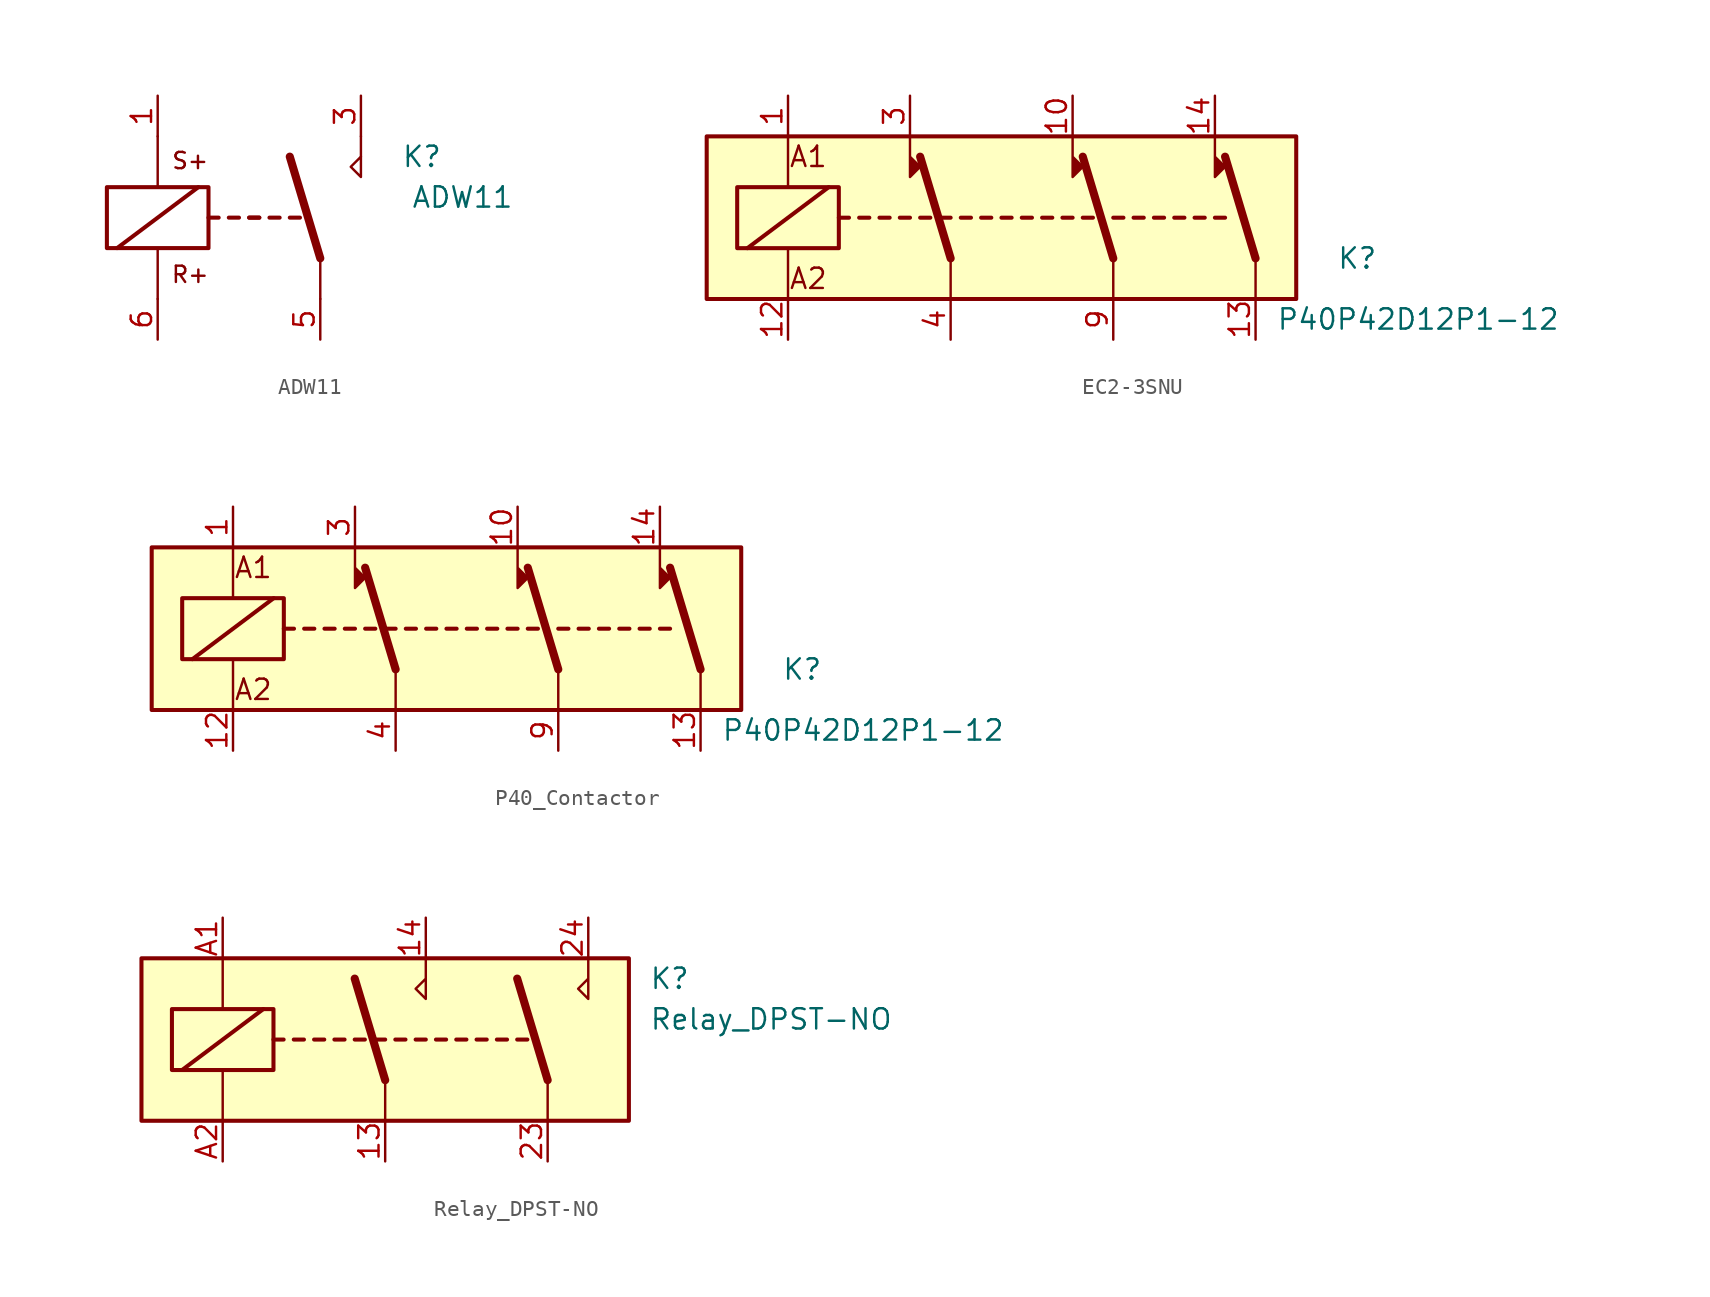
<source format=kicad_sym>
(kicad_symbol_lib
  (version 20220914)
  (generator kicad_symbol_editor)
  (symbol "ADW11"
    (property "Reference" "K"
      (at 11.43 3.81 0)
      (effects (font (size 1.27 1.27))))
    (property "Value" "ADW11"
      (at 13.97 1.27 0)
      (effects (font (size 1.27 1.27))))
    (symbol "ADW11_1_1"
      (rectangle (start -8.255 1.905) (end -1.905 -1.905) (stroke (width 0.254) (type default)) (fill (type none)))
      (polyline (pts (xy -7.62 -1.905) (xy -2.54 1.905)) (stroke (width 0.254) (type default)) (fill (type none)))
      (polyline (pts (xy -5.08 -5.08) (xy -5.08 -1.905)) (stroke (width 0) (type default)) (fill (type none)))
      (polyline (pts (xy -5.08 5.08) (xy -5.08 1.905)) (stroke (width 0) (type default)) (fill (type none)))
      (polyline (pts (xy -1.905 0) (xy -1.27 0)) (stroke (width 0.254) (type default)) (fill (type none)))
      (polyline (pts (xy -0.635 0) (xy 0 0)) (stroke (width 0.254) (type default)) (fill (type none)))
      (polyline (pts (xy 0.635 0) (xy 1.27 0)) (stroke (width 0.254) (type default)) (fill (type none)))
      (polyline (pts (xy 0.635 0) (xy 1.27 0)) (stroke (width 0.254) (type default)) (fill (type none)))
      (polyline (pts (xy 1.905 0) (xy 2.54 0)) (stroke (width 0.254) (type default)) (fill (type none)))
      (polyline (pts (xy 3.175 0) (xy 3.81 0)) (stroke (width 0.254) (type default)) (fill (type none)))
      (polyline (pts (xy 5.08 -2.54) (xy 3.175 3.81)) (stroke (width 0.508) (type default)) (fill (type none)))
      (polyline (pts (xy 5.08 -2.54) (xy 5.08 -5.08)) (stroke (width 0) (type default)) (fill (type none)))
      (polyline (pts (xy 7.62 3.81) (xy 7.62 5.08)) (stroke (width 0) (type default)) (fill (type none)))
      (polyline (pts (xy 7.62 3.81) (xy 7.62 2.54) (xy 6.985 3.175) (xy 7.62 3.81)) (stroke (width 0) (type default)) (fill (type none)))
      (text "R+" (at -3.048 -3.556 0) (effects (font (size 1.016 1.016))))
      (text "S+" (at -3.048 3.556 0) (effects (font (size 1.016 1.016))))
      (pin passive line (at -5.08 7.62 270) (length 2.54) (name "~" (effects (font (size 1.27 1.27)))) (number "1" (effects (font (size 1.27 1.27)))))
      (pin passive line (at 7.62 7.62 270) (length 2.54) (name "~" (effects (font (size 1.27 1.27)))) (number "3" (effects (font (size 1.27 1.27)))))
      (pin passive line (at 5.08 -7.62 90) (length 2.54) (name "~" (effects (font (size 1.27 1.27)))) (number "5" (effects (font (size 1.27 1.27)))))
      (pin passive line (at -5.08 -7.62 90) (length 2.54) (name "~" (effects (font (size 1.27 1.27)))) (number "6" (effects (font (size 1.27 1.27)))))))
  (symbol "EC2-3SNU"
    (property "Reference" "K"
      (at 25.4 -2.54 0)
      (effects (font (size 1.27 1.27))))
    (property "Value" "P40P42D12P1-12"
      (at 29.21 -6.35 0)
      (effects (font (size 1.27 1.27))))
    (symbol "EC2-3SNU_1_1"
      (rectangle (start -15.24 5.08) (end 21.59 -5.08) (stroke (width 0.254) (type default)) (fill (type background)))
      (rectangle (start -13.335 1.905) (end -6.985 -1.905) (stroke (width 0.254) (type default)) (fill (type none)))
      (polyline (pts (xy -12.7 -1.905) (xy -7.62 1.905)) (stroke (width 0.254) (type default)) (fill (type none)))
      (polyline (pts (xy -10.16 -5.08) (xy -10.16 -1.905)) (stroke (width 0) (type default)) (fill (type none)))
      (polyline (pts (xy -10.16 5.08) (xy -10.16 1.905)) (stroke (width 0) (type default)) (fill (type none)))
      (polyline (pts (xy -6.985 0) (xy -6.35 0)) (stroke (width 0.254) (type default)) (fill (type none)))
      (polyline (pts (xy -5.715 0) (xy -5.08 0)) (stroke (width 0.254) (type default)) (fill (type none)))
      (polyline (pts (xy -4.445 0) (xy -3.81 0)) (stroke (width 0.254) (type default)) (fill (type none)))
      (polyline (pts (xy -3.175 0) (xy -2.54 0)) (stroke (width 0.254) (type default)) (fill (type none)))
      (polyline (pts (xy -1.905 0) (xy -1.27 0)) (stroke (width 0.254) (type default)) (fill (type none)))
      (polyline (pts (xy -0.635 0) (xy 0 0)) (stroke (width 0.254) (type default)) (fill (type none)))
      (polyline (pts (xy 0 -2.54) (xy -1.905 3.81)) (stroke (width 0.508) (type default)) (fill (type none)))
      (polyline (pts (xy 0 -2.54) (xy 0 -5.08)) (stroke (width 0) (type default)) (fill (type none)))
      (polyline (pts (xy 0.635 0) (xy 1.27 0)) (stroke (width 0.254) (type default)) (fill (type none)))
      (polyline (pts (xy 1.905 0) (xy 2.54 0)) (stroke (width 0.254) (type default)) (fill (type none)))
      (polyline (pts (xy 3.175 0) (xy 3.81 0)) (stroke (width 0.254) (type default)) (fill (type none)))
      (polyline (pts (xy 4.445 0) (xy 5.08 0)) (stroke (width 0.254) (type default)) (fill (type none)))
      (polyline (pts (xy 5.715 0) (xy 6.35 0)) (stroke (width 0.254) (type default)) (fill (type none)))
      (polyline (pts (xy 6.985 0) (xy 7.62 0)) (stroke (width 0.254) (type default)) (fill (type none)))
      (polyline (pts (xy 8.255 0) (xy 8.89 0)) (stroke (width 0.254) (type default)) (fill (type none)))
      (polyline (pts (xy 10.16 -2.54) (xy 8.255 3.81)) (stroke (width 0.508) (type default)) (fill (type none)))
      (polyline (pts (xy 10.16 -2.54) (xy 10.16 -5.08)) (stroke (width 0) (type default)) (fill (type none)))
      (polyline (pts (xy 10.16 0) (xy 10.795 0)) (stroke (width 0.254) (type default)) (fill (type none)))
      (polyline (pts (xy 11.43 0) (xy 12.065 0)) (stroke (width 0.254) (type default)) (fill (type none)))
      (polyline (pts (xy 12.7 0) (xy 13.335 0)) (stroke (width 0.254) (type default)) (fill (type none)))
      (polyline (pts (xy 13.97 0) (xy 14.605 0)) (stroke (width 0.254) (type default)) (fill (type none)))
      (polyline (pts (xy 15.24 0) (xy 15.875 0)) (stroke (width 0.254) (type default)) (fill (type none)))
      (polyline (pts (xy 16.51 0) (xy 17.145 0)) (stroke (width 0.254) (type default)) (fill (type none)))
      (polyline (pts (xy 19.05 -2.54) (xy 17.145 3.81)) (stroke (width 0.508) (type default)) (fill (type none)))
      (polyline (pts (xy 19.05 -2.54) (xy 19.05 -5.08)) (stroke (width 0) (type default)) (fill (type none)))
      (polyline (pts (xy -2.54 5.08) (xy -2.54 2.54) (xy -1.905 3.175) (xy -2.54 3.81)) (stroke (width 0) (type default)) (fill (type outline)))
      (polyline (pts (xy 7.62 5.08) (xy 7.62 2.54) (xy 8.255 3.175) (xy 7.62 3.81)) (stroke (width 0) (type default)) (fill (type outline)))
      (polyline (pts (xy 16.51 5.08) (xy 16.51 2.54) (xy 17.145 3.175) (xy 16.51 3.81)) (stroke (width 0) (type default)) (fill (type outline)))
      (text "A1" (at -8.89 3.81 0) (effects (font (size 1.27 1.27))))
      (text "A2" (at -8.89 -3.81 0) (effects (font (size 1.27 1.27))))
      (pin passive line (at -10.16 7.62 270) (length 2.54) (name "~" (effects (font (size 1.27 1.27)))) (number "1" (effects (font (size 1.27 1.27)))))
      (pin passive line (at 7.62 7.62 270) (length 2.54) (name "~" (effects (font (size 1.27 1.27)))) (number "10" (effects (font (size 1.27 1.27)))))
      (pin passive line (at -10.16 -7.62 90) (length 2.54) (name "~" (effects (font (size 1.27 1.27)))) (number "12" (effects (font (size 1.27 1.27)))))
      (pin passive line (at 19.05 -7.62 90) (length 2.54) (name "~" (effects (font (size 1.27 1.27)))) (number "13" (effects (font (size 1.27 1.27)))))
      (pin passive line (at 16.51 7.62 270) (length 2.54) (name "~" (effects (font (size 1.27 1.27)))) (number "14" (effects (font (size 1.27 1.27)))))
      (pin passive line (at -2.54 7.62 270) (length 2.54) (name "~" (effects (font (size 1.27 1.27)))) (number "3" (effects (font (size 1.27 1.27)))))
      (pin passive line (at 0 -7.62 90) (length 2.54) (name "~" (effects (font (size 1.27 1.27)))) (number "4" (effects (font (size 1.27 1.27)))))
      (pin passive line (at 10.16 -7.62 90) (length 2.54) (name "~" (effects (font (size 1.27 1.27)))) (number "9" (effects (font (size 1.27 1.27)))))))
  (symbol "P40_Contactor"
    (property "Reference" "K"
      (at 25.4 -2.54 0)
      (effects (font (size 1.27 1.27))))
    (property "Value" "P40P42D12P1-12"
      (at 29.21 -6.35 0)
      (effects (font (size 1.27 1.27))))
    (symbol "P40_Contactor_1_1"
      (rectangle (start -15.24 5.08) (end 21.59 -5.08) (stroke (width 0.254) (type default)) (fill (type background)))
      (rectangle (start -13.335 1.905) (end -6.985 -1.905) (stroke (width 0.254) (type default)) (fill (type none)))
      (polyline (pts (xy -12.7 -1.905) (xy -7.62 1.905)) (stroke (width 0.254) (type default)) (fill (type none)))
      (polyline (pts (xy -10.16 -5.08) (xy -10.16 -1.905)) (stroke (width 0) (type default)) (fill (type none)))
      (polyline (pts (xy -10.16 5.08) (xy -10.16 1.905)) (stroke (width 0) (type default)) (fill (type none)))
      (polyline (pts (xy -6.985 0) (xy -6.35 0)) (stroke (width 0.254) (type default)) (fill (type none)))
      (polyline (pts (xy -5.715 0) (xy -5.08 0)) (stroke (width 0.254) (type default)) (fill (type none)))
      (polyline (pts (xy -4.445 0) (xy -3.81 0)) (stroke (width 0.254) (type default)) (fill (type none)))
      (polyline (pts (xy -3.175 0) (xy -2.54 0)) (stroke (width 0.254) (type default)) (fill (type none)))
      (polyline (pts (xy -1.905 0) (xy -1.27 0)) (stroke (width 0.254) (type default)) (fill (type none)))
      (polyline (pts (xy -0.635 0) (xy 0 0)) (stroke (width 0.254) (type default)) (fill (type none)))
      (polyline (pts (xy 0 -2.54) (xy -1.905 3.81)) (stroke (width 0.508) (type default)) (fill (type none)))
      (polyline (pts (xy 0 -2.54) (xy 0 -5.08)) (stroke (width 0) (type default)) (fill (type none)))
      (polyline (pts (xy 0.635 0) (xy 1.27 0)) (stroke (width 0.254) (type default)) (fill (type none)))
      (polyline (pts (xy 1.905 0) (xy 2.54 0)) (stroke (width 0.254) (type default)) (fill (type none)))
      (polyline (pts (xy 3.175 0) (xy 3.81 0)) (stroke (width 0.254) (type default)) (fill (type none)))
      (polyline (pts (xy 4.445 0) (xy 5.08 0)) (stroke (width 0.254) (type default)) (fill (type none)))
      (polyline (pts (xy 5.715 0) (xy 6.35 0)) (stroke (width 0.254) (type default)) (fill (type none)))
      (polyline (pts (xy 6.985 0) (xy 7.62 0)) (stroke (width 0.254) (type default)) (fill (type none)))
      (polyline (pts (xy 8.255 0) (xy 8.89 0)) (stroke (width 0.254) (type default)) (fill (type none)))
      (polyline (pts (xy 10.16 -2.54) (xy 8.255 3.81)) (stroke (width 0.508) (type default)) (fill (type none)))
      (polyline (pts (xy 10.16 -2.54) (xy 10.16 -5.08)) (stroke (width 0) (type default)) (fill (type none)))
      (polyline (pts (xy 10.16 0) (xy 10.795 0)) (stroke (width 0.254) (type default)) (fill (type none)))
      (polyline (pts (xy 11.43 0) (xy 12.065 0)) (stroke (width 0.254) (type default)) (fill (type none)))
      (polyline (pts (xy 12.7 0) (xy 13.335 0)) (stroke (width 0.254) (type default)) (fill (type none)))
      (polyline (pts (xy 13.97 0) (xy 14.605 0)) (stroke (width 0.254) (type default)) (fill (type none)))
      (polyline (pts (xy 15.24 0) (xy 15.875 0)) (stroke (width 0.254) (type default)) (fill (type none)))
      (polyline (pts (xy 16.51 0) (xy 17.145 0)) (stroke (width 0.254) (type default)) (fill (type none)))
      (polyline (pts (xy 19.05 -2.54) (xy 17.145 3.81)) (stroke (width 0.508) (type default)) (fill (type none)))
      (polyline (pts (xy 19.05 -2.54) (xy 19.05 -5.08)) (stroke (width 0) (type default)) (fill (type none)))
      (polyline (pts (xy -2.54 5.08) (xy -2.54 2.54) (xy -1.905 3.175) (xy -2.54 3.81)) (stroke (width 0) (type default)) (fill (type outline)))
      (polyline (pts (xy 7.62 5.08) (xy 7.62 2.54) (xy 8.255 3.175) (xy 7.62 3.81)) (stroke (width 0) (type default)) (fill (type outline)))
      (polyline (pts (xy 16.51 5.08) (xy 16.51 2.54) (xy 17.145 3.175) (xy 16.51 3.81)) (stroke (width 0) (type default)) (fill (type outline)))
      (text "A1" (at -8.89 3.81 0) (effects (font (size 1.27 1.27))))
      (text "A2" (at -8.89 -3.81 0) (effects (font (size 1.27 1.27))))
      (pin passive line (at -10.16 7.62 270) (length 2.54) (name "~" (effects (font (size 1.27 1.27)))) (number "1" (effects (font (size 1.27 1.27)))))
      (pin passive line (at 7.62 7.62 270) (length 2.54) (name "~" (effects (font (size 1.27 1.27)))) (number "10" (effects (font (size 1.27 1.27)))))
      (pin passive line (at -10.16 -7.62 90) (length 2.54) (name "~" (effects (font (size 1.27 1.27)))) (number "12" (effects (font (size 1.27 1.27)))))
      (pin passive line (at 19.05 -7.62 90) (length 2.54) (name "~" (effects (font (size 1.27 1.27)))) (number "13" (effects (font (size 1.27 1.27)))))
      (pin passive line (at 16.51 7.62 270) (length 2.54) (name "~" (effects (font (size 1.27 1.27)))) (number "14" (effects (font (size 1.27 1.27)))))
      (pin passive line (at -2.54 7.62 270) (length 2.54) (name "~" (effects (font (size 1.27 1.27)))) (number "3" (effects (font (size 1.27 1.27)))))
      (pin passive line (at 0 -7.62 90) (length 2.54) (name "~" (effects (font (size 1.27 1.27)))) (number "4" (effects (font (size 1.27 1.27)))))
      (pin passive line (at 10.16 -7.62 90) (length 2.54) (name "~" (effects (font (size 1.27 1.27)))) (number "9" (effects (font (size 1.27 1.27)))))))
  (symbol "Relay_DPST-NO"
    (property "Reference" "K"
      (at 16.51 3.81 0)
      (effects (font (size 1.27 1.27)) (justify left)))
    (property "Value" "Relay_DPST-NO"
      (at 16.51 1.27 0)
      (effects (font (size 1.27 1.27)) (justify left)))
    (symbol "Relay_DPST-NO_0_1"
      (rectangle (start -15.24 5.08) (end 15.24 -5.08) (stroke (width 0.254) (type default)) (fill (type background)))
      (rectangle (start -13.335 1.905) (end -6.985 -1.905) (stroke (width 0.254) (type default)) (fill (type none)))
      (polyline (pts (xy -12.7 -1.905) (xy -7.62 1.905)) (stroke (width 0.254) (type default)) (fill (type none)))
      (polyline (pts (xy -10.16 -5.08) (xy -10.16 -1.905)) (stroke (width 0) (type default)) (fill (type none)))
      (polyline (pts (xy -10.16 5.08) (xy -10.16 1.905)) (stroke (width 0) (type default)) (fill (type none)))
      (polyline (pts (xy -6.985 0) (xy -6.35 0)) (stroke (width 0.254) (type default)) (fill (type none)))
      (polyline (pts (xy -5.715 0) (xy -5.08 0)) (stroke (width 0.254) (type default)) (fill (type none)))
      (polyline (pts (xy -4.445 0) (xy -3.81 0)) (stroke (width 0.254) (type default)) (fill (type none)))
      (polyline (pts (xy -3.175 0) (xy -2.54 0)) (stroke (width 0.254) (type default)) (fill (type none)))
      (polyline (pts (xy -1.905 0) (xy -1.27 0)) (stroke (width 0.254) (type default)) (fill (type none)))
      (polyline (pts (xy -0.635 0) (xy 0 0)) (stroke (width 0.254) (type default)) (fill (type none)))
      (polyline (pts (xy 0 -2.54) (xy -1.905 3.81)) (stroke (width 0.508) (type default)) (fill (type none)))
      (polyline (pts (xy 0 -2.54) (xy 0 -5.08)) (stroke (width 0) (type default)) (fill (type none)))
      (polyline (pts (xy 0.635 0) (xy 1.27 0)) (stroke (width 0.254) (type default)) (fill (type none)))
      (polyline (pts (xy 1.905 0) (xy 2.54 0)) (stroke (width 0.254) (type default)) (fill (type none)))
      (polyline (pts (xy 3.175 0) (xy 3.81 0)) (stroke (width 0.254) (type default)) (fill (type none)))
      (polyline (pts (xy 4.445 0) (xy 5.08 0)) (stroke (width 0.254) (type default)) (fill (type none)))
      (polyline (pts (xy 5.715 0) (xy 6.35 0)) (stroke (width 0.254) (type default)) (fill (type none)))
      (polyline (pts (xy 6.985 0) (xy 7.62 0)) (stroke (width 0.254) (type default)) (fill (type none)))
      (polyline (pts (xy 8.255 0) (xy 8.89 0)) (stroke (width 0.254) (type default)) (fill (type none)))
      (polyline (pts (xy 10.16 -2.54) (xy 8.255 3.81)) (stroke (width 0.508) (type default)) (fill (type none)))
      (polyline (pts (xy 10.16 -2.54) (xy 10.16 -5.08)) (stroke (width 0) (type default)) (fill (type none)))
      (polyline (pts (xy 2.54 5.08) (xy 2.54 2.54) (xy 1.905 3.175) (xy 2.54 3.81)) (stroke (width 0) (type default)) (fill (type none)))
      (polyline (pts (xy 12.7 5.08) (xy 12.7 2.54) (xy 12.065 3.175) (xy 12.7 3.81)) (stroke (width 0) (type default)) (fill (type none))))
    (symbol "Relay_DPST-NO_1_1"
      (pin passive line (at 0 -7.62 90) (length 2.54) (name "~" (effects (font (size 1.27 1.27)))) (number "13" (effects (font (size 1.27 1.27)))))
      (pin passive line (at 2.54 7.62 270) (length 2.54) (name "~" (effects (font (size 1.27 1.27)))) (number "14" (effects (font (size 1.27 1.27)))))
      (pin passive line (at 10.16 -7.62 90) (length 2.54) (name "~" (effects (font (size 1.27 1.27)))) (number "23" (effects (font (size 1.27 1.27)))))
      (pin passive line (at 12.7 7.62 270) (length 2.54) (name "~" (effects (font (size 1.27 1.27)))) (number "24" (effects (font (size 1.27 1.27)))))
      (pin passive line (at -10.16 7.62 270) (length 2.54) (name "~" (effects (font (size 1.27 1.27)))) (number "A1" (effects (font (size 1.27 1.27)))))
      (pin passive line (at -10.16 -7.62 90) (length 2.54) (name "~" (effects (font (size 1.27 1.27)))) (number "A2" (effects (font (size 1.27 1.27))))))))
</source>
